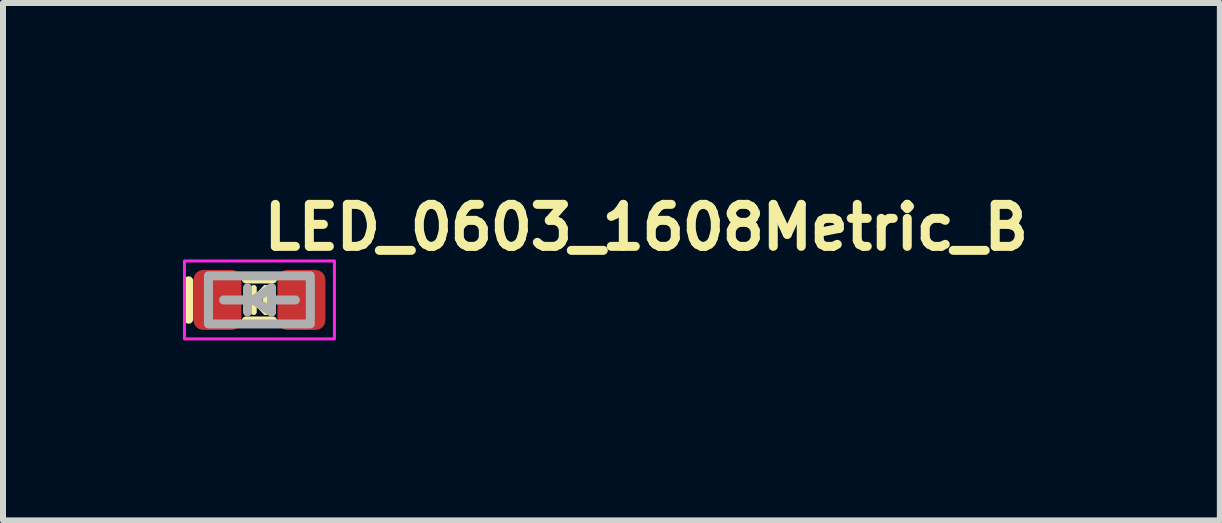
<source format=kicad_pcb>
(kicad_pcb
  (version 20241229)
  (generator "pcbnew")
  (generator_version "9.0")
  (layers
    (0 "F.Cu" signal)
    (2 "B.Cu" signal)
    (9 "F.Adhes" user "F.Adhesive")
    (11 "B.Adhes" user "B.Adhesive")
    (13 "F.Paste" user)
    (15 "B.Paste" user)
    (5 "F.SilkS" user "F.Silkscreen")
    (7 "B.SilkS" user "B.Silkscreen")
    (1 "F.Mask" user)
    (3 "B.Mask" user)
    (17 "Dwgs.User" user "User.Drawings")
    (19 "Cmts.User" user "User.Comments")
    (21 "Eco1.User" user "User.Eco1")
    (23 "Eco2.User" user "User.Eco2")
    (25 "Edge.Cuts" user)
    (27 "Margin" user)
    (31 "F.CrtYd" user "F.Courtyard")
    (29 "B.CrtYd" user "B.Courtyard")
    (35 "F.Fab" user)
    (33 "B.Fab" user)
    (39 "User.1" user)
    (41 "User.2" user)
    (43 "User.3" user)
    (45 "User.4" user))
  (footprint "LED_0603_1608Metric_B"
    (layer "F.Cu")
    (at 1.275 1.95)
    (property "Reference" "LED_0603_1608Metric_B" (at 0 -0.8 0) (layer "F.SilkS") (effects (font (size 0.7 0.7) (thickness 0.15)) (justify left bottom)))
    (attr smd)
    (fp_line (start -1.18 -0.319) (end -1.18 0.321) (stroke (width 0.15) (type solid)) (layer "F.SilkS"))
    (fp_line (start -0.095 0.001) (end -0.24 0.001) (stroke (width 0.1) (type solid)) (layer "F.SilkS"))
    (fp_line (start -0.095 0.001) (end 0.105 -0.199) (stroke (width 0.1) (type solid)) (layer "F.SilkS"))
    (fp_line (start -0.095 0.201) (end -0.095 -0.199) (stroke (width 0.1) (type solid)) (layer "F.SilkS"))
    (fp_line (start 0.105 0.001) (end 0.24 0.001) (stroke (width 0.1) (type solid)) (layer "F.SilkS"))
    (fp_line (start 0.105 0.201) (end -0.095 0.001) (stroke (width 0.1) (type solid)) (layer "F.SilkS"))
    (fp_line (start 0.105 0.201) (end 0.105 -0.199) (stroke (width 0.1) (type solid)) (layer "F.SilkS"))
    (fp_line (start 0.22 -0.35) (end -0.22 -0.35) (stroke (width 0.15) (type solid)) (layer "F.SilkS"))
    (fp_line (start 0.22 0.35) (end -0.22 0.35) (stroke (width 0.15) (type solid)) (layer "F.SilkS"))
    (fp_rect (start 1.25 0.65) (end -1.25 -0.65) (stroke (width 0.05) (type solid)) (fill no) (layer "F.CrtYd"))
    (fp_line (start -0.199 -0.202) (end -0.199 0.1) (stroke (width 0.15) (type solid)) (layer "F.Fab"))
    (fp_line (start -0.199 0) (end -0.597 0) (stroke (width 0.15) (type solid)) (layer "F.Fab"))
    (fp_line (start -0.199 0.2) (end -0.199 0.1) (stroke (width 0.15) (type solid)) (layer "F.Fab"))
    (fp_line (start -0.101 0) (end 0.201 0.2) (stroke (width 0.15) (type solid)) (layer "F.Fab"))
    (fp_line (start 0.201 -0.202) (end -0.101 0) (stroke (width 0.15) (type solid)) (layer "F.Fab"))
    (fp_line (start 0.201 0) (end 0.201 -0.202) (stroke (width 0.15) (type solid)) (layer "F.Fab"))
    (fp_line (start 0.201 0.2) (end 0.201 0) (stroke (width 0.15) (type solid)) (layer "F.Fab"))
    (fp_line (start 0.599 0) (end 0.201 0) (stroke (width 0.15) (type solid)) (layer "F.Fab"))
    (fp_rect (start 0.848 0.4) (end -0.85 -0.402) (stroke (width 0.15) (type solid)) (fill no) (layer "F.Fab"))
    (fp_rect (start -0.81 -0.4) (end 0.81 0.4) (stroke (width 0.1) (type solid)) (fill no) (layer "User.5"))
    (fp_line (start -0.812 -0.342) (end -0.812 -0.15) (stroke (width 0.02) (type solid)) (layer "User.9"))
    (fp_line (start -0.812 -0.15) (end -0.801 -0.151) (stroke (width 0.02) (type solid)) (layer "User.9"))
    (fp_line (start -0.812 0.148) (end -0.812 0.34) (stroke (width 0.02) (type solid)) (layer "User.9"))
    (fp_line (start -0.812 0.34) (end -0.58 0.34) (stroke (width 0.02) (type solid)) (layer "User.9"))
    (fp_line (start -0.806 0.148) (end -0.812 0.148) (stroke (width 0.02) (type solid)) (layer "User.9"))
    (fp_line (start -0.802 -0.402) (end -0.802 -0.342) (stroke (width 0.02) (type solid)) (layer "User.9"))
    (fp_line (start -0.802 0.34) (end -0.802 0.4) (stroke (width 0.02) (type solid)) (layer "User.9"))
    (fp_line (start -0.802 0.4) (end 0.8 0.4) (stroke (width 0.02) (type solid)) (layer "User.9"))
    (fp_line (start -0.801 -0.151) (end -0.791 -0.15) (stroke (width 0.02) (type solid)) (layer "User.9"))
    (fp_line (start -0.801 0.149) (end -0.806 0.148) (stroke (width 0.02) (type solid)) (layer "User.9"))
    (fp_line (start -0.796 0.148) (end -0.801 0.149) (stroke (width 0.02) (type solid)) (layer "User.9"))
    (fp_line (start -0.791 -0.15) (end -0.78 -0.149) (stroke (width 0.02) (type solid)) (layer "User.9"))
    (fp_line (start -0.791 0.148) (end -0.796 0.148) (stroke (width 0.02) (type solid)) (layer "User.9"))
    (fp_line (start -0.786 0.148) (end -0.791 0.148) (stroke (width 0.02) (type solid)) (layer "User.9"))
    (fp_line (start -0.782 -0.392) (end -0.782 -0.342) (stroke (width 0.02) (type solid)) (layer "User.9"))
    (fp_line (start -0.782 0.34) (end -0.782 0.39) (stroke (width 0.02) (type solid)) (layer "User.9"))
    (fp_line (start -0.782 0.39) (end -0.5 0.39) (stroke (width 0.02) (type solid)) (layer "User.9"))
    (fp_line (start -0.78 -0.149) (end -0.77 -0.147) (stroke (width 0.02) (type solid)) (layer "User.9"))
    (fp_line (start -0.78 0.147) (end -0.786 0.148) (stroke (width 0.02) (type solid)) (layer "User.9"))
    (fp_line (start -0.775 0.146) (end -0.78 0.147) (stroke (width 0.02) (type solid)) (layer "User.9"))
    (fp_line (start -0.77 -0.147) (end -0.76 -0.145) (stroke (width 0.02) (type solid)) (layer "User.9"))
    (fp_line (start -0.77 0.145) (end -0.775 0.146) (stroke (width 0.02) (type solid)) (layer "User.9"))
    (fp_line (start -0.764 0.144) (end -0.77 0.145) (stroke (width 0.02) (type solid)) (layer "User.9"))
    (fp_line (start -0.76 -0.145) (end -0.75 -0.143) (stroke (width 0.02) (type solid)) (layer "User.9"))
    (fp_line (start -0.76 0.144) (end -0.764 0.144) (stroke (width 0.02) (type solid)) (layer "User.9"))
    (fp_line (start -0.755 0.142) (end -0.76 0.144) (stroke (width 0.02) (type solid)) (layer "User.9"))
    (fp_line (start -0.75 -0.143) (end -0.74 -0.139) (stroke (width 0.02) (type solid)) (layer "User.9"))
    (fp_line (start -0.75 0.141) (end -0.755 0.142) (stroke (width 0.02) (type solid)) (layer "User.9"))
    (fp_line (start -0.745 0.139) (end -0.75 0.141) (stroke (width 0.02) (type solid)) (layer "User.9"))
    (fp_line (start -0.74 -0.139) (end -0.731 -0.135) (stroke (width 0.02) (type solid)) (layer "User.9"))
    (fp_line (start -0.74 0.137) (end -0.745 0.139) (stroke (width 0.02) (type solid)) (layer "User.9"))
    (fp_line (start -0.736 0.135) (end -0.74 0.137) (stroke (width 0.02) (type solid)) (layer "User.9"))
    (fp_line (start -0.731 -0.135) (end -0.723 -0.13) (stroke (width 0.02) (type solid)) (layer "User.9"))
    (fp_line (start -0.731 0.133) (end -0.736 0.135) (stroke (width 0.02) (type solid)) (layer "User.9"))
    (fp_line (start -0.727 0.13) (end -0.731 0.133) (stroke (width 0.02) (type solid)) (layer "User.9"))
    (fp_line (start -0.723 -0.13) (end -0.714 -0.123) (stroke (width 0.02) (type solid)) (layer "User.9"))
    (fp_line (start -0.723 0.128) (end -0.727 0.13) (stroke (width 0.02) (type solid)) (layer "User.9"))
    (fp_line (start -0.718 0.124) (end -0.723 0.128) (stroke (width 0.02) (type solid)) (layer "User.9"))
    (fp_line (start -0.714 -0.123) (end -0.706 -0.118) (stroke (width 0.02) (type solid)) (layer "User.9"))
    (fp_line (start -0.714 0.121) (end -0.718 0.124) (stroke (width 0.02) (type solid)) (layer "User.9"))
    (fp_line (start -0.71 0.119) (end -0.714 0.121) (stroke (width 0.02) (type solid)) (layer "User.9"))
    (fp_line (start -0.706 -0.118) (end -0.699 -0.11) (stroke (width 0.02) (type solid)) (layer "User.9"))
    (fp_line (start -0.706 0.116) (end -0.71 0.119) (stroke (width 0.02) (type solid)) (layer "User.9"))
    (fp_line (start -0.703 0.113) (end -0.706 0.116) (stroke (width 0.02) (type solid)) (layer "User.9"))
    (fp_line (start -0.699 -0.11) (end -0.692 -0.104) (stroke (width 0.02) (type solid)) (layer "User.9"))
    (fp_line (start -0.699 0.108) (end -0.703 0.113) (stroke (width 0.02) (type solid)) (layer "User.9"))
    (fp_line (start -0.696 0.105) (end -0.699 0.108) (stroke (width 0.02) (type solid)) (layer "User.9"))
    (fp_line (start -0.692 -0.104) (end -0.685 -0.095) (stroke (width 0.02) (type solid)) (layer "User.9"))
    (fp_line (start -0.692 0.102) (end -0.696 0.105) (stroke (width 0.02) (type solid)) (layer "User.9"))
    (fp_line (start -0.689 0.098) (end -0.692 0.102) (stroke (width 0.02) (type solid)) (layer "User.9"))
    (fp_line (start -0.685 -0.095) (end -0.679 -0.088) (stroke (width 0.02) (type solid)) (layer "User.9"))
    (fp_line (start -0.685 0.093) (end -0.689 0.098) (stroke (width 0.02) (type solid)) (layer "User.9"))
    (fp_line (start -0.682 0.089) (end -0.685 0.093) (stroke (width 0.02) (type solid)) (layer "User.9"))
    (fp_line (start -0.679 -0.088) (end -0.673 -0.078) (stroke (width 0.02) (type solid)) (layer "User.9"))
    (fp_line (start -0.679 0.086) (end -0.682 0.089) (stroke (width 0.02) (type solid)) (layer "User.9"))
    (fp_line (start -0.676 0.082) (end -0.679 0.086) (stroke (width 0.02) (type solid)) (layer "User.9"))
    (fp_line (start -0.673 -0.078) (end -0.673 -0.078) (stroke (width 0.02) (type solid)) (layer "User.9"))
    (fp_line (start -0.673 -0.078) (end -0.668 -0.07) (stroke (width 0.02) (type solid)) (layer "User.9"))
    (fp_line (start -0.673 0.076) (end -0.676 0.082) (stroke (width 0.02) (type solid)) (layer "User.9"))
    (fp_line (start -0.673 0.076) (end -0.673 0.076) (stroke (width 0.02) (type solid)) (layer "User.9"))
    (fp_line (start -0.668 -0.07) (end -0.664 -0.06) (stroke (width 0.02) (type solid)) (layer "User.9"))
    (fp_line (start -0.668 0.068) (end -0.673 0.076) (stroke (width 0.02) (type solid)) (layer "User.9"))
    (fp_line (start -0.664 -0.06) (end -0.66 -0.051) (stroke (width 0.02) (type solid)) (layer "User.9"))
    (fp_line (start -0.664 0.059) (end -0.668 0.068) (stroke (width 0.02) (type solid)) (layer "User.9"))
    (fp_line (start -0.66 -0.051) (end -0.657 -0.042) (stroke (width 0.02) (type solid)) (layer "User.9"))
    (fp_line (start -0.66 0.049) (end -0.664 0.059) (stroke (width 0.02) (type solid)) (layer "User.9"))
    (fp_line (start -0.657 -0.042) (end -0.655 -0.031) (stroke (width 0.02) (type solid)) (layer "User.9"))
    (fp_line (start -0.657 0.04) (end -0.66 0.049) (stroke (width 0.02) (type solid)) (layer "User.9"))
    (fp_line (start -0.655 -0.031) (end -0.653 -0.022) (stroke (width 0.02) (type solid)) (layer "User.9"))
    (fp_line (start -0.655 0.029) (end -0.657 0.04) (stroke (width 0.02) (type solid)) (layer "User.9"))
    (fp_line (start -0.653 -0.022) (end -0.652 -0.011) (stroke (width 0.02) (type solid)) (layer "User.9"))
    (fp_line (start -0.653 0.02) (end -0.655 0.029) (stroke (width 0.02) (type solid)) (layer "User.9"))
    (fp_line (start -0.652 -0.011) (end -0.651 0) (stroke (width 0.02) (type solid)) (layer "User.9"))
    (fp_line (start -0.652 0.01) (end -0.653 0.02) (stroke (width 0.02) (type solid)) (layer "User.9"))
    (fp_line (start -0.651 0) (end -0.652 0.01) (stroke (width 0.02) (type solid)) (layer "User.9"))
    (fp_line (start -0.6 -0.308) (end -0.599 -0.311) (stroke (width 0.02) (type solid)) (layer "User.9"))
    (fp_line (start -0.6 -0.306) (end -0.6 -0.308) (stroke (width 0.02) (type solid)) (layer "User.9"))
    (fp_line (start -0.6 -0.303) (end -0.6 -0.306) (stroke (width 0.02) (type solid)) (layer "User.9"))
    (fp_line (start -0.6 -0.3) (end -0.6 -0.303) (stroke (width 0.02) (type solid)) (layer "User.9"))
    (fp_line (start -0.6 -0.3) (end -0.6 0.298) (stroke (width 0.02) (type solid)) (layer "User.9"))
    (fp_line (start -0.6 0.301) (end -0.6 0.298) (stroke (width 0.02) (type solid)) (layer "User.9"))
    (fp_line (start -0.6 0.304) (end -0.6 0.301) (stroke (width 0.02) (type solid)) (layer "User.9"))
    (fp_line (start -0.6 0.306) (end -0.6 0.304) (stroke (width 0.02) (type solid)) (layer "User.9"))
    (fp_line (start -0.599 -0.313) (end -0.598 -0.315) (stroke (width 0.02) (type solid)) (layer "User.9"))
    (fp_line (start -0.599 -0.311) (end -0.599 -0.313) (stroke (width 0.02) (type solid)) (layer "User.9"))
    (fp_line (start -0.599 0.309) (end -0.6 0.306) (stroke (width 0.02) (type solid)) (layer "User.9"))
    (fp_line (start -0.599 0.311) (end -0.599 0.309) (stroke (width 0.02) (type solid)) (layer "User.9"))
    (fp_line (start -0.598 -0.315) (end -0.597 -0.318) (stroke (width 0.02) (type solid)) (layer "User.9"))
    (fp_line (start -0.598 0.313) (end -0.599 0.311) (stroke (width 0.02) (type solid)) (layer "User.9"))
    (fp_line (start -0.597 -0.32) (end -0.596 -0.323) (stroke (width 0.02) (type solid)) (layer "User.9"))
    (fp_line (start -0.597 -0.318) (end -0.597 -0.32) (stroke (width 0.02) (type solid)) (layer "User.9"))
    (fp_line (start -0.597 0.316) (end -0.598 0.313) (stroke (width 0.02) (type solid)) (layer "User.9"))
    (fp_line (start -0.597 0.318) (end -0.597 0.316) (stroke (width 0.02) (type solid)) (layer "User.9"))
    (fp_line (start -0.596 -0.323) (end -0.594 -0.325) (stroke (width 0.02) (type solid)) (layer "User.9"))
    (fp_line (start -0.596 0.321) (end -0.597 0.318) (stroke (width 0.02) (type solid)) (layer "User.9"))
    (fp_line (start -0.594 -0.325) (end -0.593 -0.327) (stroke (width 0.02) (type solid)) (layer "User.9"))
    (fp_line (start -0.594 0.323) (end -0.596 0.321) (stroke (width 0.02) (type solid)) (layer "User.9"))
    (fp_line (start -0.593 -0.327) (end -0.592 -0.329) (stroke (width 0.02) (type solid)) (layer "User.9"))
    (fp_line (start -0.593 0.325) (end -0.594 0.323) (stroke (width 0.02) (type solid)) (layer "User.9"))
    (fp_line (start -0.592 -0.329) (end -0.591 -0.331) (stroke (width 0.02) (type solid)) (layer "User.9"))
    (fp_line (start -0.592 0.327) (end -0.593 0.325) (stroke (width 0.02) (type solid)) (layer "User.9"))
    (fp_line (start -0.591 -0.331) (end -0.589 -0.333) (stroke (width 0.02) (type solid)) (layer "User.9"))
    (fp_line (start -0.591 0.329) (end -0.592 0.327) (stroke (width 0.02) (type solid)) (layer "User.9"))
    (fp_line (start -0.589 -0.333) (end -0.588 -0.335) (stroke (width 0.02) (type solid)) (layer "User.9"))
    (fp_line (start -0.589 0.331) (end -0.591 0.329) (stroke (width 0.02) (type solid)) (layer "User.9"))
    (fp_line (start -0.588 -0.335) (end -0.586 -0.337) (stroke (width 0.02) (type solid)) (layer "User.9"))
    (fp_line (start -0.588 0.333) (end -0.589 0.331) (stroke (width 0.02) (type solid)) (layer "User.9"))
    (fp_line (start -0.586 -0.337) (end -0.584 -0.339) (stroke (width 0.02) (type solid)) (layer "User.9"))
    (fp_line (start -0.586 0.335) (end -0.588 0.333) (stroke (width 0.02) (type solid)) (layer "User.9"))
    (fp_line (start -0.584 -0.339) (end -0.582 -0.34) (stroke (width 0.02) (type solid)) (layer "User.9"))
    (fp_line (start -0.584 0.337) (end -0.586 0.335) (stroke (width 0.02) (type solid)) (layer "User.9"))
    (fp_line (start -0.582 -0.34) (end -0.58 -0.342) (stroke (width 0.02) (type solid)) (layer "User.9"))
    (fp_line (start -0.582 0.338) (end -0.584 0.337) (stroke (width 0.02) (type solid)) (layer "User.9"))
    (fp_line (start -0.58 -0.342) (end -0.812 -0.342) (stroke (width 0.02) (type solid)) (layer "User.9"))
    (fp_line (start -0.58 -0.342) (end -0.578 -0.343) (stroke (width 0.02) (type solid)) (layer "User.9"))
    (fp_line (start -0.58 0.34) (end -0.582 0.338) (stroke (width 0.02) (type solid)) (layer "User.9"))
    (fp_line (start -0.578 -0.343) (end -0.577 -0.344) (stroke (width 0.02) (type solid)) (layer "User.9"))
    (fp_line (start -0.578 0.341) (end -0.58 0.34) (stroke (width 0.02) (type solid)) (layer "User.9"))
    (fp_line (start -0.577 -0.344) (end -0.575 -0.345) (stroke (width 0.02) (type solid)) (layer "User.9"))
    (fp_line (start -0.577 0.342) (end -0.578 0.341) (stroke (width 0.02) (type solid)) (layer "User.9"))
    (fp_line (start -0.575 -0.345) (end -0.573 -0.347) (stroke (width 0.02) (type solid)) (layer "User.9"))
    (fp_line (start -0.575 0.343) (end -0.577 0.342) (stroke (width 0.02) (type solid)) (layer "User.9"))
    (fp_line (start -0.573 -0.347) (end -0.571 -0.348) (stroke (width 0.02) (type solid)) (layer "User.9"))
    (fp_line (start -0.573 0.345) (end -0.575 0.343) (stroke (width 0.02) (type solid)) (layer "User.9"))
    (fp_line (start -0.571 -0.348) (end -0.569 -0.348) (stroke (width 0.02) (type solid)) (layer "User.9"))
    (fp_line (start -0.571 0.346) (end -0.573 0.345) (stroke (width 0.02) (type solid)) (layer "User.9"))
    (fp_line (start -0.569 -0.348) (end -0.566 -0.349) (stroke (width 0.02) (type solid)) (layer "User.9"))
    (fp_line (start -0.569 0.346) (end -0.571 0.346) (stroke (width 0.02) (type solid)) (layer "User.9"))
    (fp_line (start -0.566 -0.349) (end -0.564 -0.35) (stroke (width 0.02) (type solid)) (layer "User.9"))
    (fp_line (start -0.566 0.347) (end -0.569 0.346) (stroke (width 0.02) (type solid)) (layer "User.9"))
    (fp_line (start -0.564 -0.35) (end -0.562 -0.35) (stroke (width 0.02) (type solid)) (layer "User.9"))
    (fp_line (start -0.564 0.348) (end -0.566 0.347) (stroke (width 0.02) (type solid)) (layer "User.9"))
    (fp_line (start -0.562 -0.35) (end -0.559 -0.351) (stroke (width 0.02) (type solid)) (layer "User.9"))
    (fp_line (start -0.562 0.348) (end -0.564 0.348) (stroke (width 0.02) (type solid)) (layer "User.9"))
    (fp_line (start -0.559 -0.351) (end -0.557 -0.351) (stroke (width 0.02) (type solid)) (layer "User.9"))
    (fp_line (start -0.559 0.349) (end -0.562 0.348) (stroke (width 0.02) (type solid)) (layer "User.9"))
    (fp_line (start -0.557 -0.351) (end -0.554 -0.351) (stroke (width 0.02) (type solid)) (layer "User.9"))
    (fp_line (start -0.557 0.349) (end -0.559 0.349) (stroke (width 0.02) (type solid)) (layer "User.9"))
    (fp_line (start -0.554 -0.351) (end -0.552 -0.351) (stroke (width 0.02) (type solid)) (layer "User.9"))
    (fp_line (start -0.554 0.349) (end -0.557 0.349) (stroke (width 0.02) (type solid)) (layer "User.9"))
    (fp_line (start -0.552 0.349) (end -0.554 0.349) (stroke (width 0.02) (type solid)) (layer "User.9"))
    (fp_line (start -0.552 0.349) (end 0.55 0.349) (stroke (width 0.02) (type solid)) (layer "User.9"))
    (fp_line (start -0.5 -0.392) (end -0.782 -0.392) (stroke (width 0.02) (type solid)) (layer "User.9"))
    (fp_line (start -0.5 -0.351) (end -0.5 -0.392) (stroke (width 0.02) (type solid)) (layer "User.9"))
    (fp_line (start -0.5 0.39) (end -0.5 0.349) (stroke (width 0.02) (type solid)) (layer "User.9"))
    (fp_line (start 0.55 -0.351) (end -0.552 -0.351) (stroke (width 0.02) (type solid)) (layer "User.9"))
    (fp_line (start 0.55 -0.351) (end 0.552 -0.351) (stroke (width 0.02) (type solid)) (layer "User.9"))
    (fp_line (start 0.552 -0.351) (end 0.555 -0.351) (stroke (width 0.02) (type solid)) (layer "User.9"))
    (fp_line (start 0.552 0.349) (end 0.55 0.349) (stroke (width 0.02) (type solid)) (layer "User.9"))
    (fp_line (start 0.555 -0.351) (end 0.557 -0.351) (stroke (width 0.02) (type solid)) (layer "User.9"))
    (fp_line (start 0.555 0.349) (end 0.552 0.349) (stroke (width 0.02) (type solid)) (layer "User.9"))
    (fp_line (start 0.557 -0.351) (end 0.56 -0.35) (stroke (width 0.02) (type solid)) (layer "User.9"))
    (fp_line (start 0.557 0.349) (end 0.555 0.349) (stroke (width 0.02) (type solid)) (layer "User.9"))
    (fp_line (start 0.56 -0.35) (end 0.562 -0.35) (stroke (width 0.02) (type solid)) (layer "User.9"))
    (fp_line (start 0.56 0.348) (end 0.557 0.349) (stroke (width 0.02) (type solid)) (layer "User.9"))
    (fp_line (start 0.562 -0.35) (end 0.564 -0.349) (stroke (width 0.02) (type solid)) (layer "User.9"))
    (fp_line (start 0.562 0.348) (end 0.56 0.348) (stroke (width 0.02) (type solid)) (layer "User.9"))
    (fp_line (start 0.564 -0.349) (end 0.567 -0.348) (stroke (width 0.02) (type solid)) (layer "User.9"))
    (fp_line (start 0.564 0.347) (end 0.562 0.348) (stroke (width 0.02) (type solid)) (layer "User.9"))
    (fp_line (start 0.567 -0.348) (end 0.569 -0.348) (stroke (width 0.02) (type solid)) (layer "User.9"))
    (fp_line (start 0.567 0.346) (end 0.564 0.347) (stroke (width 0.02) (type solid)) (layer "User.9"))
    (fp_line (start 0.569 -0.348) (end 0.571 -0.347) (stroke (width 0.02) (type solid)) (layer "User.9"))
    (fp_line (start 0.569 0.346) (end 0.567 0.346) (stroke (width 0.02) (type solid)) (layer "User.9"))
    (fp_line (start 0.571 -0.347) (end 0.573 -0.345) (stroke (width 0.02) (type solid)) (layer "User.9"))
    (fp_line (start 0.571 0.345) (end 0.569 0.346) (stroke (width 0.02) (type solid)) (layer "User.9"))
    (fp_line (start 0.573 -0.345) (end 0.575 -0.344) (stroke (width 0.02) (type solid)) (layer "User.9"))
    (fp_line (start 0.573 0.343) (end 0.571 0.345) (stroke (width 0.02) (type solid)) (layer "User.9"))
    (fp_line (start 0.575 -0.344) (end 0.576 -0.343) (stroke (width 0.02) (type solid)) (layer "User.9"))
    (fp_line (start 0.575 0.342) (end 0.573 0.343) (stroke (width 0.02) (type solid)) (layer "User.9"))
    (fp_line (start 0.576 -0.343) (end 0.578 -0.342) (stroke (width 0.02) (type solid)) (layer "User.9"))
    (fp_line (start 0.576 0.341) (end 0.575 0.342) (stroke (width 0.02) (type solid)) (layer "User.9"))
    (fp_line (start 0.578 -0.342) (end 0.58 -0.34) (stroke (width 0.02) (type solid)) (layer "User.9"))
    (fp_line (start 0.578 0.34) (end 0.576 0.341) (stroke (width 0.02) (type solid)) (layer "User.9"))
    (fp_line (start 0.578 0.34) (end 0.81 0.34) (stroke (width 0.02) (type solid)) (layer "User.9"))
    (fp_line (start 0.58 -0.34) (end 0.582 -0.339) (stroke (width 0.02) (type solid)) (layer "User.9"))
    (fp_line (start 0.58 0.338) (end 0.578 0.34) (stroke (width 0.02) (type solid)) (layer "User.9"))
    (fp_line (start 0.582 -0.339) (end 0.584 -0.337) (stroke (width 0.02) (type solid)) (layer "User.9"))
    (fp_line (start 0.582 0.337) (end 0.58 0.338) (stroke (width 0.02) (type solid)) (layer "User.9"))
    (fp_line (start 0.584 -0.337) (end 0.586 -0.335) (stroke (width 0.02) (type solid)) (layer "User.9"))
    (fp_line (start 0.584 0.335) (end 0.582 0.337) (stroke (width 0.02) (type solid)) (layer "User.9"))
    (fp_line (start 0.586 -0.335) (end 0.587 -0.333) (stroke (width 0.02) (type solid)) (layer "User.9"))
    (fp_line (start 0.586 0.333) (end 0.584 0.335) (stroke (width 0.02) (type solid)) (layer "User.9"))
    (fp_line (start 0.587 -0.333) (end 0.589 -0.331) (stroke (width 0.02) (type solid)) (layer "User.9"))
    (fp_line (start 0.587 0.331) (end 0.586 0.333) (stroke (width 0.02) (type solid)) (layer "User.9"))
    (fp_line (start 0.589 -0.331) (end 0.59 -0.329) (stroke (width 0.02) (type solid)) (layer "User.9"))
    (fp_line (start 0.589 0.329) (end 0.587 0.331) (stroke (width 0.02) (type solid)) (layer "User.9"))
    (fp_line (start 0.59 -0.329) (end 0.591 -0.327) (stroke (width 0.02) (type solid)) (layer "User.9"))
    (fp_line (start 0.59 0.327) (end 0.589 0.329) (stroke (width 0.02) (type solid)) (layer "User.9"))
    (fp_line (start 0.591 -0.327) (end 0.592 -0.325) (stroke (width 0.02) (type solid)) (layer "User.9"))
    (fp_line (start 0.591 0.325) (end 0.59 0.327) (stroke (width 0.02) (type solid)) (layer "User.9"))
    (fp_line (start 0.592 -0.325) (end 0.594 -0.323) (stroke (width 0.02) (type solid)) (layer "User.9"))
    (fp_line (start 0.592 0.323) (end 0.591 0.325) (stroke (width 0.02) (type solid)) (layer "User.9"))
    (fp_line (start 0.594 -0.323) (end 0.595 -0.32) (stroke (width 0.02) (type solid)) (layer "User.9"))
    (fp_line (start 0.594 0.321) (end 0.592 0.323) (stroke (width 0.02) (type solid)) (layer "User.9"))
    (fp_line (start 0.595 -0.32) (end 0.595 -0.318) (stroke (width 0.02) (type solid)) (layer "User.9"))
    (fp_line (start 0.595 -0.318) (end 0.596 -0.315) (stroke (width 0.02) (type solid)) (layer "User.9"))
    (fp_line (start 0.595 0.316) (end 0.595 0.318) (stroke (width 0.02) (type solid)) (layer "User.9"))
    (fp_line (start 0.595 0.318) (end 0.594 0.321) (stroke (width 0.02) (type solid)) (layer "User.9"))
    (fp_line (start 0.596 -0.315) (end 0.597 -0.313) (stroke (width 0.02) (type solid)) (layer "User.9"))
    (fp_line (start 0.596 0.313) (end 0.595 0.316) (stroke (width 0.02) (type solid)) (layer "User.9"))
    (fp_line (start 0.597 -0.313) (end 0.597 -0.311) (stroke (width 0.02) (type solid)) (layer "User.9"))
    (fp_line (start 0.597 -0.311) (end 0.598 -0.308) (stroke (width 0.02) (type solid)) (layer "User.9"))
    (fp_line (start 0.597 0.309) (end 0.597 0.311) (stroke (width 0.02) (type solid)) (layer "User.9"))
    (fp_line (start 0.597 0.311) (end 0.596 0.313) (stroke (width 0.02) (type solid)) (layer "User.9"))
    (fp_line (start 0.598 -0.308) (end 0.598 -0.306) (stroke (width 0.02) (type solid)) (layer "User.9"))
    (fp_line (start 0.598 -0.306) (end 0.598 -0.303) (stroke (width 0.02) (type solid)) (layer "User.9"))
    (fp_line (start 0.598 -0.303) (end 0.598 -0.3) (stroke (width 0.02) (type solid)) (layer "User.9"))
    (fp_line (start 0.598 0.298) (end 0.598 -0.3) (stroke (width 0.02) (type solid)) (layer "User.9"))
    (fp_line (start 0.598 0.298) (end 0.598 0.301) (stroke (width 0.02) (type solid)) (layer "User.9"))
    (fp_line (start 0.598 0.301) (end 0.598 0.304) (stroke (width 0.02) (type solid)) (layer "User.9"))
    (fp_line (start 0.598 0.304) (end 0.598 0.306) (stroke (width 0.02) (type solid)) (layer "User.9"))
    (fp_line (start 0.598 0.306) (end 0.597 0.309) (stroke (width 0.02) (type solid)) (layer "User.9"))
    (fp_line (start 0.65 -0.016) (end 0.651 -0.024) (stroke (width 0.02) (type solid)) (layer "User.9"))
    (fp_line (start 0.65 -0.008) (end 0.65 -0.016) (stroke (width 0.02) (type solid)) (layer "User.9"))
    (fp_line (start 0.65 0) (end 0.65 -0.008) (stroke (width 0.02) (type solid)) (layer "User.9"))
    (fp_line (start 0.65 0.007) (end 0.65 0) (stroke (width 0.02) (type solid)) (layer "User.9"))
    (fp_line (start 0.65 0.014) (end 0.65 0.007) (stroke (width 0.02) (type solid)) (layer "User.9"))
    (fp_line (start 0.651 -0.024) (end 0.653 -0.031) (stroke (width 0.02) (type solid)) (layer "User.9"))
    (fp_line (start 0.651 0.022) (end 0.65 0.014) (stroke (width 0.02) (type solid)) (layer "User.9"))
    (fp_line (start 0.653 -0.031) (end 0.654 -0.039) (stroke (width 0.02) (type solid)) (layer "User.9"))
    (fp_line (start 0.653 0.029) (end 0.651 0.022) (stroke (width 0.02) (type solid)) (layer "User.9"))
    (fp_line (start 0.654 -0.039) (end 0.657 -0.046) (stroke (width 0.02) (type solid)) (layer "User.9"))
    (fp_line (start 0.654 0.037) (end 0.653 0.029) (stroke (width 0.02) (type solid)) (layer "User.9"))
    (fp_line (start 0.657 -0.046) (end 0.659 -0.053) (stroke (width 0.02) (type solid)) (layer "User.9"))
    (fp_line (start 0.657 0.044) (end 0.654 0.037) (stroke (width 0.02) (type solid)) (layer "User.9"))
    (fp_line (start 0.659 -0.053) (end 0.662 -0.06) (stroke (width 0.02) (type solid)) (layer "User.9"))
    (fp_line (start 0.659 0.052) (end 0.657 0.044) (stroke (width 0.02) (type solid)) (layer "User.9"))
    (fp_line (start 0.662 -0.06) (end 0.665 -0.068) (stroke (width 0.02) (type solid)) (layer "User.9"))
    (fp_line (start 0.662 0.059) (end 0.659 0.052) (stroke (width 0.02) (type solid)) (layer "User.9"))
    (fp_line (start 0.665 -0.068) (end 0.669 -0.074) (stroke (width 0.02) (type solid)) (layer "User.9"))
    (fp_line (start 0.665 0.066) (end 0.662 0.059) (stroke (width 0.02) (type solid)) (layer "User.9"))
    (fp_line (start 0.669 -0.074) (end 0.673 -0.08) (stroke (width 0.02) (type solid)) (layer "User.9"))
    (fp_line (start 0.669 0.072) (end 0.665 0.066) (stroke (width 0.02) (type solid)) (layer "User.9"))
    (fp_line (start 0.673 -0.08) (end 0.677 -0.088) (stroke (width 0.02) (type solid)) (layer "User.9"))
    (fp_line (start 0.673 0.078) (end 0.669 0.072) (stroke (width 0.02) (type solid)) (layer "User.9"))
    (fp_line (start 0.677 -0.088) (end 0.681 -0.093) (stroke (width 0.02) (type solid)) (layer "User.9"))
    (fp_line (start 0.677 0.086) (end 0.673 0.078) (stroke (width 0.02) (type solid)) (layer "User.9"))
    (fp_line (start 0.681 -0.093) (end 0.686 -0.1) (stroke (width 0.02) (type solid)) (layer "User.9"))
    (fp_line (start 0.681 0.091) (end 0.677 0.086) (stroke (width 0.02) (type solid)) (layer "User.9"))
    (fp_line (start 0.686 -0.1) (end 0.691 -0.105) (stroke (width 0.02) (type solid)) (layer "User.9"))
    (fp_line (start 0.686 0.098) (end 0.681 0.091) (stroke (width 0.02) (type solid)) (layer "User.9"))
    (fp_line (start 0.691 -0.105) (end 0.697 -0.11) (stroke (width 0.02) (type solid)) (layer "User.9"))
    (fp_line (start 0.691 0.104) (end 0.686 0.098) (stroke (width 0.02) (type solid)) (layer "User.9"))
    (fp_line (start 0.697 -0.11) (end 0.697 -0.11) (stroke (width 0.02) (type solid)) (layer "User.9"))
    (fp_line (start 0.697 -0.11) (end 0.703 -0.116) (stroke (width 0.02) (type solid)) (layer "User.9"))
    (fp_line (start 0.697 0.108) (end 0.691 0.104) (stroke (width 0.02) (type solid)) (layer "User.9"))
    (fp_line (start 0.697 0.108) (end 0.697 0.108) (stroke (width 0.02) (type solid)) (layer "User.9"))
    (fp_line (start 0.703 -0.116) (end 0.708 -0.12) (stroke (width 0.02) (type solid)) (layer "User.9"))
    (fp_line (start 0.703 0.114) (end 0.697 0.108) (stroke (width 0.02) (type solid)) (layer "User.9"))
    (fp_line (start 0.708 -0.12) (end 0.714 -0.125) (stroke (width 0.02) (type solid)) (layer "User.9"))
    (fp_line (start 0.708 0.119) (end 0.703 0.114) (stroke (width 0.02) (type solid)) (layer "User.9"))
    (fp_line (start 0.714 -0.125) (end 0.721 -0.13) (stroke (width 0.02) (type solid)) (layer "User.9"))
    (fp_line (start 0.714 0.123) (end 0.708 0.119) (stroke (width 0.02) (type solid)) (layer "User.9"))
    (fp_line (start 0.721 -0.13) (end 0.727 -0.133) (stroke (width 0.02) (type solid)) (layer "User.9"))
    (fp_line (start 0.721 0.128) (end 0.714 0.123) (stroke (width 0.02) (type solid)) (layer "User.9"))
    (fp_line (start 0.727 -0.133) (end 0.734 -0.137) (stroke (width 0.02) (type solid)) (layer "User.9"))
    (fp_line (start 0.727 0.131) (end 0.721 0.128) (stroke (width 0.02) (type solid)) (layer "User.9"))
    (fp_line (start 0.734 -0.137) (end 0.741 -0.14) (stroke (width 0.02) (type solid)) (layer "User.9"))
    (fp_line (start 0.734 0.135) (end 0.727 0.131) (stroke (width 0.02) (type solid)) (layer "User.9"))
    (fp_line (start 0.741 -0.14) (end 0.748 -0.143) (stroke (width 0.02) (type solid)) (layer "User.9"))
    (fp_line (start 0.741 0.138) (end 0.734 0.135) (stroke (width 0.02) (type solid)) (layer "User.9"))
    (fp_line (start 0.748 -0.143) (end 0.755 -0.145) (stroke (width 0.02) (type solid)) (layer "User.9"))
    (fp_line (start 0.748 0.141) (end 0.741 0.138) (stroke (width 0.02) (type solid)) (layer "User.9"))
    (fp_line (start 0.755 -0.145) (end 0.763 -0.146) (stroke (width 0.02) (type solid)) (layer "User.9"))
    (fp_line (start 0.755 0.143) (end 0.748 0.141) (stroke (width 0.02) (type solid)) (layer "User.9"))
    (fp_line (start 0.763 -0.146) (end 0.771 -0.148) (stroke (width 0.02) (type solid)) (layer "User.9"))
    (fp_line (start 0.763 0.144) (end 0.755 0.143) (stroke (width 0.02) (type solid)) (layer "User.9"))
    (fp_line (start 0.771 -0.148) (end 0.779 -0.149) (stroke (width 0.02) (type solid)) (layer "User.9"))
    (fp_line (start 0.771 0.146) (end 0.763 0.144) (stroke (width 0.02) (type solid)) (layer "User.9"))
    (fp_line (start 0.779 -0.149) (end 0.786 -0.15) (stroke (width 0.02) (type solid)) (layer "User.9"))
    (fp_line (start 0.779 0.147) (end 0.771 0.146) (stroke (width 0.02) (type solid)) (layer "User.9"))
    (fp_line (start 0.786 -0.15) (end 0.794 -0.15) (stroke (width 0.02) (type solid)) (layer "User.9"))
    (fp_line (start 0.786 0.148) (end 0.779 0.147) (stroke (width 0.02) (type solid)) (layer "User.9"))
    (fp_line (start 0.794 -0.15) (end 0.802 -0.15) (stroke (width 0.02) (type solid)) (layer "User.9"))
    (fp_line (start 0.794 0.148) (end 0.786 0.148) (stroke (width 0.02) (type solid)) (layer "User.9"))
    (fp_line (start 0.8 -0.402) (end -0.802 -0.402) (stroke (width 0.02) (type solid)) (layer "User.9"))
    (fp_line (start 0.8 -0.342) (end 0.8 -0.402) (stroke (width 0.02) (type solid)) (layer "User.9"))
    (fp_line (start 0.8 0.4) (end 0.8 0.34) (stroke (width 0.02) (type solid)) (layer "User.9"))
    (fp_line (start 0.802 -0.15) (end 0.81 -0.15) (stroke (width 0.02) (type solid)) (layer "User.9"))
    (fp_line (start 0.802 0.148) (end 0.794 0.148) (stroke (width 0.02) (type solid)) (layer "User.9"))
    (fp_line (start 0.81 -0.342) (end 0.578 -0.342) (stroke (width 0.02) (type solid)) (layer "User.9"))
    (fp_line (start 0.81 -0.15) (end 0.81 -0.342) (stroke (width 0.02) (type solid)) (layer "User.9"))
    (fp_line (start 0.81 0.148) (end 0.802 0.148) (stroke (width 0.02) (type solid)) (layer "User.9"))
    (fp_line (start 0.81 0.34) (end 0.81 0.148) (stroke (width 0.02) (type solid)) (layer "User.9"))
    (pad "1" smd roundrect (at -0.7 0 180) (size 0.8 1) (layers "F.Cu" "F.Mask" "F.Paste") (roundrect_rratio 0.2))
    (pad "2" smd roundrect (at 0.7 0 180) (size 0.8 1) (layers "F.Cu" "F.Mask" "F.Paste") (roundrect_rratio 0.2)))
  (gr_rect
    (start -3 -3)
    (end 17.285 5.625)
    (stroke (width 0.1) (type default))
    (fill no)
    (layer "Edge.Cuts")))
</source>
